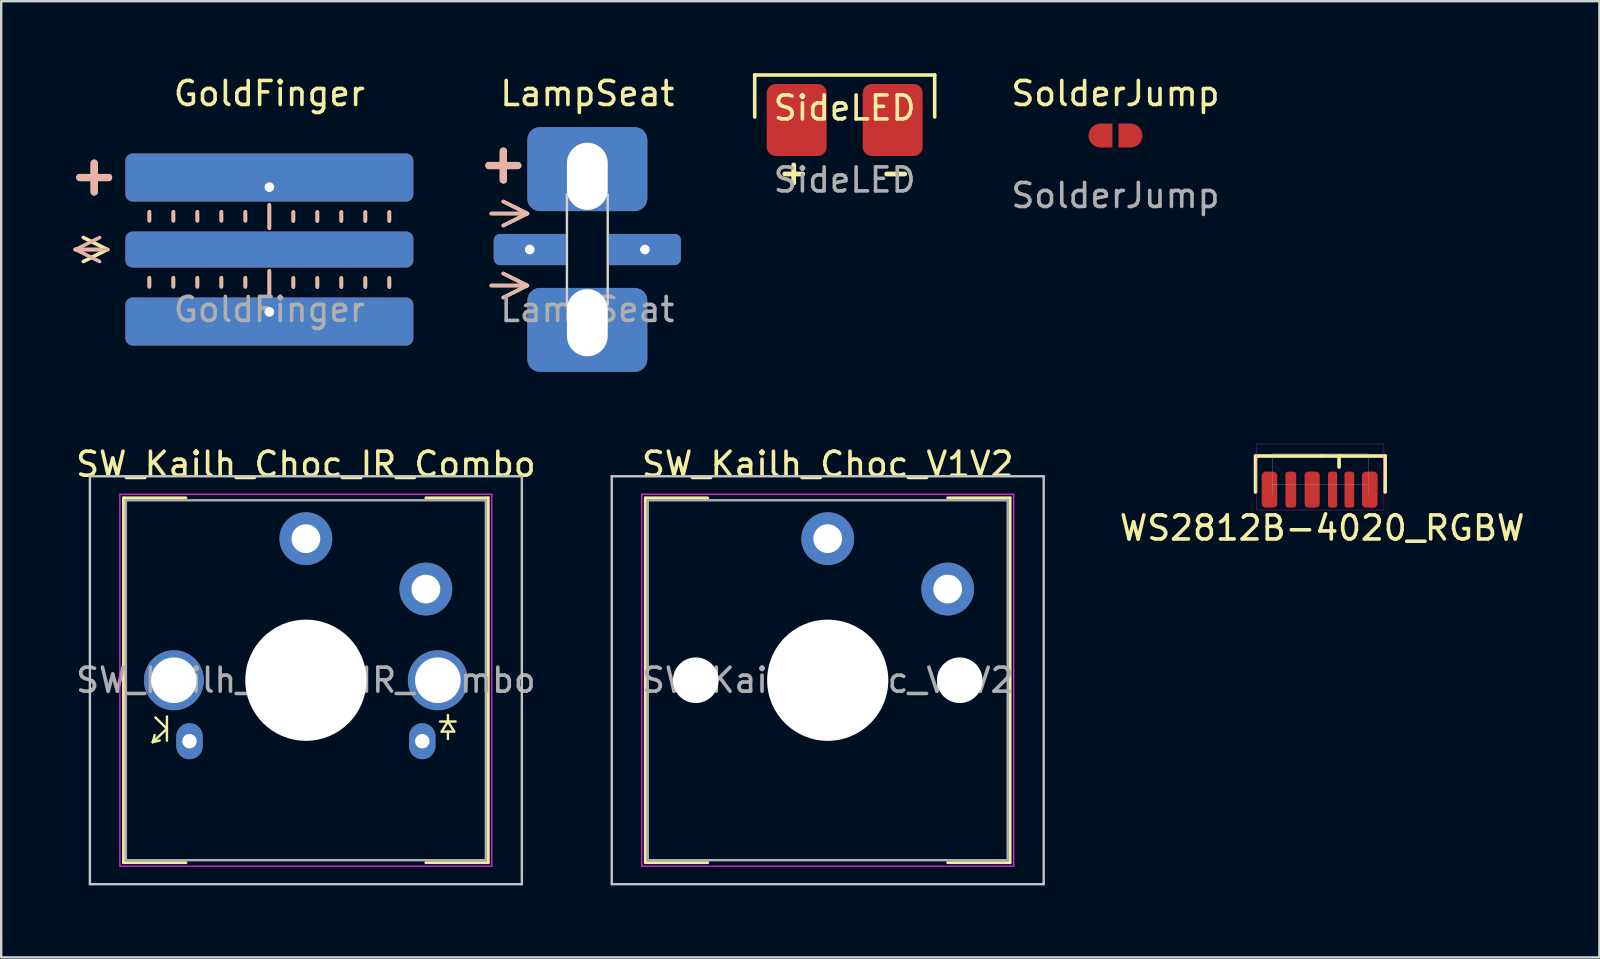
<source format=kicad_pcb>
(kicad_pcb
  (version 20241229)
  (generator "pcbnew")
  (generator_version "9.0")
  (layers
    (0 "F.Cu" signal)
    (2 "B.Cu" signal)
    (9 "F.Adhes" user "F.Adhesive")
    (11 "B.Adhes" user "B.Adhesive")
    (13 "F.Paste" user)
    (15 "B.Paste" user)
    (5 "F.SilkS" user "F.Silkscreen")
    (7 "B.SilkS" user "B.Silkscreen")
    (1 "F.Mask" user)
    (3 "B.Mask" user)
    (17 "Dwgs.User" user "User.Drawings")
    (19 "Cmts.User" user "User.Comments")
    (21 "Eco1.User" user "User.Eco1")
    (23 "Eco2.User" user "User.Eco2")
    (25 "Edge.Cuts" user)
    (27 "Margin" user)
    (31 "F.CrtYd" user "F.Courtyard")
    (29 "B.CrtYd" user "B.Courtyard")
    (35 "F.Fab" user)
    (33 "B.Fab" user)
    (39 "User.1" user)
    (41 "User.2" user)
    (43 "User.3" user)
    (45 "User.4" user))
  (footprint "SW_Kailh_Choc_IR_Combo"
    (layer "F.Cu")
    (at 9.696 25.297)
    (property "Reference" "SW_Kailh_Choc_IR_Combo" (at 0 -9 0) (layer "F.SilkS") (effects (font (size 1 1) (thickness 0.15))))
    (attr through_hole)
    (fp_line (start -7.6 -7.6) (end -7.6 7.6) (stroke (width 0.12) (type solid)) (layer "F.SilkS"))
    (fp_line (start -7.6 7.6) (end -5 7.6) (stroke (width 0.12) (type solid)) (layer "F.SilkS"))
    (fp_line (start -6.38 2.58) (end -5.79 2.02) (stroke (width 0.1) (type default)) (layer "F.SilkS"))
    (fp_line (start -6.3 2.285) (end -6.38 2.58) (stroke (width 0.1) (type default)) (layer "F.SilkS"))
    (fp_line (start -6.27 1.55) (end -5.79 2.02) (stroke (width 0.1) (type default)) (layer "F.SilkS"))
    (fp_line (start -6.09 2.51) (end -6.38 2.58) (stroke (width 0.1) (type default)) (layer "F.SilkS"))
    (fp_line (start -5.79 1.51) (end -5.79 2.52) (stroke (width 0.1) (type default)) (layer "F.SilkS"))
    (fp_line (start -5 -7.6) (end -7.6 -7.6) (stroke (width 0.12) (type solid)) (layer "F.SilkS"))
    (fp_line (start 5.59 1.72) (end 6.24 1.72) (stroke (width 0.1) (type default)) (layer "F.SilkS"))
    (fp_line (start 5.66 2.14) (end 5.92 1.72) (stroke (width 0.1) (type default)) (layer "F.SilkS"))
    (fp_line (start 5.66 2.14) (end 6.18 2.14) (stroke (width 0.1) (type default)) (layer "F.SilkS"))
    (fp_line (start 5.92 1.72) (end 6.18 2.134) (stroke (width 0.1) (type default)) (layer "F.SilkS"))
    (fp_line (start 5.92 1.73) (end 5.92 1.45) (stroke (width 0.1) (type default)) (layer "F.SilkS"))
    (fp_line (start 5.92 2.14) (end 5.92 2.45) (stroke (width 0.1) (type default)) (layer "F.SilkS"))
    (fp_line (start 7.6 -7.6) (end 5 -7.6) (stroke (width 0.12) (type solid)) (layer "F.SilkS"))
    (fp_line (start 7.6 7.6) (end 5 7.6) (stroke (width 0.12) (type solid)) (layer "F.SilkS"))
    (fp_line (start 7.6 7.6) (end 7.6 -7.6) (stroke (width 0.12) (type solid)) (layer "F.SilkS"))
    (fp_line (start -9 -8.5) (end -9 8.5) (stroke (width 0.1) (type solid)) (layer "Dwgs.User"))
    (fp_line (start -9 8.5) (end 9 8.5) (stroke (width 0.1) (type solid)) (layer "Dwgs.User"))
    (fp_line (start 9 -8.5) (end -9 -8.5) (stroke (width 0.1) (type solid)) (layer "Dwgs.User"))
    (fp_line (start 9 8.5) (end 9 -8.5) (stroke (width 0.1) (type solid)) (layer "Dwgs.User"))
    (fp_line (start -7.25 -7.25) (end -7.25 7.25) (stroke (width 0.1) (type solid)) (layer "Eco1.User"))
    (fp_line (start -7.25 7.25) (end 7.25 7.25) (stroke (width 0.1) (type solid)) (layer "Eco1.User"))
    (fp_line (start 7.25 -7.25) (end -7.25 -7.25) (stroke (width 0.1) (type solid)) (layer "Eco1.User"))
    (fp_line (start 7.25 7.25) (end 7.25 -7.25) (stroke (width 0.1) (type solid)) (layer "Eco1.User"))
    (fp_line (start -7.75 -7.75) (end -7.75 7.75) (stroke (width 0.05) (type solid)) (layer "F.CrtYd"))
    (fp_line (start -7.75 7.75) (end 7.75 7.75) (stroke (width 0.05) (type solid)) (layer "F.CrtYd"))
    (fp_line (start 7.75 -7.75) (end -7.75 -7.75) (stroke (width 0.05) (type solid)) (layer "F.CrtYd"))
    (fp_line (start 7.75 7.75) (end 7.75 -7.75) (stroke (width 0.05) (type solid)) (layer "F.CrtYd"))
    (fp_line (start -7.5 -7.5) (end -7.5 7.5) (stroke (width 0.1) (type solid)) (layer "F.Fab"))
    (fp_line (start -7.5 7.5) (end 7.5 7.5) (stroke (width 0.1) (type solid)) (layer "F.Fab"))
    (fp_line (start 7.5 -7.5) (end -7.5 -7.5) (stroke (width 0.1) (type solid)) (layer "F.Fab"))
    (fp_line (start 7.5 7.5) (end 7.5 -7.5) (stroke (width 0.1) (type solid)) (layer "F.Fab"))
    (fp_text user "${REFERENCE}" (at 0 0 0) (layer "F.Fab") (effects (font (size 1 1) (thickness 0.15))))
    (pad "" smd circle (at 0 -5.9) (size 1.25 1.25) (layers "F.Mask"))
    (pad "" np_thru_hole circle (at 0 0) (size 5.05 5.05) (drill 5.05) (layers "*.Cu" "*.Mask"))
    (pad "" smd circle (at 5 -3.8) (size 1.25 1.25) (layers "F.Mask"))
    (pad "1" thru_hole circle (at 0 -5.9) (size 2.2 2.2) (drill 1.2) (layers "*.Cu" "B.Mask"))
    (pad "2" thru_hole circle (at 5 -3.8) (size 2.2 2.2) (drill 1.2) (layers "*.Cu" "B.Mask"))
    (pad "3" thru_hole circle (at 5.5 0) (size 2.5 2.5) (drill 1.9) (layers "*.Cu" "*.Mask"))
    (pad "4" thru_hole oval (at 4.85 2.54 90) (size 1.5 1.1) (drill 0.6) (layers "*.Cu" "*.Mask"))
    (pad "5" thru_hole oval (at -4.85 2.54 90) (size 1.5 1.1) (drill 0.6) (layers "*.Cu" "*.Mask"))
    (pad "6" thru_hole circle (at -5.5 0) (size 2.5 2.5) (drill 1.9) (layers "*.Cu" "*.Mask")))
  (footprint "SW_Kailh_Choc_V1V2"
    (layer "F.Cu")
    (at 31.443 25.297)
    (property "Reference" "SW_Kailh_Choc_V1V2" (at 0 -9 0) (layer "F.SilkS") (effects (font (size 1 1) (thickness 0.15))))
    (attr through_hole)
    (fp_line (start -7.6 -7.6) (end -7.6 7.6) (stroke (width 0.12) (type solid)) (layer "F.SilkS"))
    (fp_line (start -7.6 7.6) (end -5 7.6) (stroke (width 0.12) (type solid)) (layer "F.SilkS"))
    (fp_line (start -5 -7.6) (end -7.6 -7.6) (stroke (width 0.12) (type solid)) (layer "F.SilkS"))
    (fp_line (start 7.6 -7.6) (end 5 -7.6) (stroke (width 0.12) (type solid)) (layer "F.SilkS"))
    (fp_line (start 7.6 7.6) (end 5 7.6) (stroke (width 0.12) (type solid)) (layer "F.SilkS"))
    (fp_line (start 7.6 7.6) (end 7.6 -7.6) (stroke (width 0.12) (type solid)) (layer "F.SilkS"))
    (fp_line (start -9 -8.5) (end -9 8.5) (stroke (width 0.1) (type solid)) (layer "Dwgs.User"))
    (fp_line (start -9 8.5) (end 9 8.5) (stroke (width 0.1) (type solid)) (layer "Dwgs.User"))
    (fp_line (start 9 -8.5) (end -9 -8.5) (stroke (width 0.1) (type solid)) (layer "Dwgs.User"))
    (fp_line (start 9 8.5) (end 9 -8.5) (stroke (width 0.1) (type solid)) (layer "Dwgs.User"))
    (fp_line (start -7.25 -7.25) (end -7.25 7.25) (stroke (width 0.1) (type solid)) (layer "Eco1.User"))
    (fp_line (start -7.25 7.25) (end 7.25 7.25) (stroke (width 0.1) (type solid)) (layer "Eco1.User"))
    (fp_line (start 7.25 -7.25) (end -7.25 -7.25) (stroke (width 0.1) (type solid)) (layer "Eco1.User"))
    (fp_line (start 7.25 7.25) (end 7.25 -7.25) (stroke (width 0.1) (type solid)) (layer "Eco1.User"))
    (fp_line (start -7.75 -7.75) (end -7.75 7.75) (stroke (width 0.05) (type solid)) (layer "F.CrtYd"))
    (fp_line (start -7.75 7.75) (end 7.75 7.75) (stroke (width 0.05) (type solid)) (layer "F.CrtYd"))
    (fp_line (start 7.75 -7.75) (end -7.75 -7.75) (stroke (width 0.05) (type solid)) (layer "F.CrtYd"))
    (fp_line (start 7.75 7.75) (end 7.75 -7.75) (stroke (width 0.05) (type solid)) (layer "F.CrtYd"))
    (fp_line (start -7.5 -7.5) (end -7.5 7.5) (stroke (width 0.1) (type solid)) (layer "F.Fab"))
    (fp_line (start -7.5 7.5) (end 7.5 7.5) (stroke (width 0.1) (type solid)) (layer "F.Fab"))
    (fp_line (start 7.5 -7.5) (end -7.5 -7.5) (stroke (width 0.1) (type solid)) (layer "F.Fab"))
    (fp_line (start 7.5 7.5) (end 7.5 -7.5) (stroke (width 0.1) (type solid)) (layer "F.Fab"))
    (fp_text user "${REFERENCE}" (at 0 0 0) (layer "F.Fab") (effects (font (size 1 1) (thickness 0.15))))
    (pad "" np_thru_hole circle (at -5.5 0) (size 1.9 1.9) (drill 1.9) (layers "*.Cu" "*.Mask"))
    (pad "" smd circle (at 0 -5.9) (size 1.25 1.25) (layers "F.Mask"))
    (pad "" np_thru_hole circle (at 0 0) (size 5.05 5.05) (drill 5.05) (layers "*.Cu" "*.Mask"))
    (pad "" smd circle (at 5 -3.8) (size 1.25 1.25) (layers "F.Mask"))
    (pad "" np_thru_hole circle (at 5.5 0) (size 1.9 1.9) (drill 1.9) (layers "*.Cu" "*.Mask"))
    (pad "1" thru_hole circle (at 0 -5.9) (size 2.2 2.2) (drill 1.2) (layers "*.Cu" "B.Mask"))
    (pad "2" thru_hole circle (at 5 -3.8) (size 2.2 2.2) (drill 1.2) (layers "*.Cu" "B.Mask")))
  (footprint "LampSeat"
    (layer "F.Cu")
    (at 21.425 7.348)
    (property "Reference" "LampSeat" (at 0 -6.5 0) (unlocked yes) (layer "F.SilkS") (effects (font (size 1 1) (thickness 0.15))))
    (attr smd)
    (fp_line (start -4.1 -3.5) (end -2.9 -3.5) (stroke (width 0.3) (type solid)) (layer "F.SilkS"))
    (fp_line (start -4 -1.5) (end -2.5 -1.5) (stroke (width 0.15) (type default)) (layer "F.SilkS"))
    (fp_line (start -3.5 -4.1) (end -3.5 -2.9) (stroke (width 0.3) (type solid)) (layer "F.SilkS"))
    (fp_line (start -3.5 -2) (end -2.5 -1.5) (stroke (width 0.15) (type default)) (layer "F.SilkS"))
    (fp_line (start -3.5 1) (end -2.5 1.5) (stroke (width 0.15) (type default)) (layer "F.SilkS"))
    (fp_line (start -2.5 -1.5) (end -3.5 -1) (stroke (width 0.15) (type default)) (layer "F.SilkS"))
    (fp_line (start -2.5 1.5) (end -4 1.5) (stroke (width 0.15) (type default)) (layer "F.SilkS"))
    (fp_line (start -2.5 1.5) (end -3.5 2) (stroke (width 0.15) (type default)) (layer "F.SilkS"))
    (fp_line (start -4.1 -3.5) (end -2.9 -3.5) (stroke (width 0.3) (type solid)) (layer "B.SilkS"))
    (fp_line (start -4 -1.5) (end -2.5 -1.5) (stroke (width 0.15) (type default)) (layer "B.SilkS"))
    (fp_line (start -3.5 -4.1) (end -3.5 -2.9) (stroke (width 0.3) (type solid)) (layer "B.SilkS"))
    (fp_line (start -3.5 -2) (end -2.5 -1.5) (stroke (width 0.15) (type default)) (layer "B.SilkS"))
    (fp_line (start -3.5 1) (end -2.5 1.5) (stroke (width 0.15) (type default)) (layer "B.SilkS"))
    (fp_line (start -2.5 -1.5) (end -3.5 -1) (stroke (width 0.15) (type default)) (layer "B.SilkS"))
    (fp_line (start -2.5 1.5) (end -4 1.5) (stroke (width 0.15) (type default)) (layer "B.SilkS"))
    (fp_line (start -2.5 1.5) (end -3.5 2) (stroke (width 0.15) (type default)) (layer "B.SilkS"))
    (fp_rect (start -0.85 -2.3) (end 0.85 2.3) (stroke (width 0.1) (type solid)) (fill no) (layer "Edge.Cuts"))
    (fp_text user "${REFERENCE}" (at 0 2.5 0) (unlocked yes) (layer "F.Fab") (effects (font (size 1 1) (thickness 0.15))))
    (pad "G" thru_hole roundrect (at 0 3.05) (size 5 3.5) (drill oval 1.7 2.8 (offset 0 0.3)) (layers "*.Cu" "*.Mask") (roundrect_rratio 0.15))
    (pad "I" thru_hole roundrect (at -2.4 0) (size 3 1.3) (drill 0.4) (layers "*.Cu" "*.Mask") (roundrect_rratio 0.2) (chamfer_ratio 0) (chamfer top_right bottom_right))
    (pad "O" thru_hole roundrect (at 2.4 0) (size 3 1.3) (drill 0.4) (layers "*.Cu" "*.Mask") (roundrect_rratio 0.2) (chamfer_ratio 0) (chamfer top_left bottom_left))
    (pad "V" thru_hole roundrect (at 0 -3.05) (size 5 3.5) (drill oval 1.7 2.8 (offset 0 -0.3)) (layers "*.Cu" "*.Mask") (roundrect_rratio 0.15)))
  (footprint "SolderJump"
    (layer "F.Cu")
    (at 43.433 2.598)
    (property "Reference" "SolderJump" (at 0 -1.75 0) (unlocked yes) (layer "F.SilkS") (effects (font (size 1 1) (thickness 0.15))))
    (attr smd)
    (fp_text user "${REFERENCE}" (at 0 2.5 0) (unlocked yes) (layer "F.Fab") (effects (font (size 1 1) (thickness 0.15))))
    (pad "1" smd roundrect (at -0.625 0) (size 1 1) (layers "F.Cu" "F.Mask" "F.Paste") (roundrect_rratio 0.5) (chamfer_ratio 0) (chamfer top_right bottom_right))
    (pad "2" smd roundrect (at 0.625 0 180) (size 1 1) (layers "F.Cu" "F.Mask" "F.Paste") (roundrect_rratio 0.5) (chamfer_ratio 0) (chamfer top_right bottom_right)))
  (footprint "GoldFinger"
    (layer "F.Cu")
    (at 8.175 7.348)
    (property "Reference" "GoldFinger" (at 0 -6.5 0) (unlocked yes) (layer "F.SilkS") (effects (font (size 1 1) (thickness 0.15))))
    (attr smd)
    (fp_line (start -8.1 0) (end -6.8 0) (stroke (width 0.15) (type default)) (layer "F.SilkS"))
    (fp_line (start -7.9 -3) (end -6.7 -3) (stroke (width 0.3) (type solid)) (layer "F.SilkS"))
    (fp_line (start -7.75 0.5) (end -6.75 0) (stroke (width 0.15) (type default)) (layer "F.SilkS"))
    (fp_line (start -7.3 -3.6) (end -7.3 -2.4) (stroke (width 0.3) (type solid)) (layer "F.SilkS"))
    (fp_line (start -6.75 0) (end -7.75 -0.5) (stroke (width 0.15) (type default)) (layer "F.SilkS"))
    (fp_line (start -5 -1.57) (end -5 -1.2) (stroke (width 0.15) (type default)) (layer "F.SilkS"))
    (fp_line (start -5 1.18) (end -5 1.55) (stroke (width 0.15) (type default)) (layer "F.SilkS"))
    (fp_line (start -4 -1.57) (end -4 -1.2) (stroke (width 0.15) (type default)) (layer "F.SilkS"))
    (fp_line (start -4 1.18) (end -4 1.55) (stroke (width 0.15) (type default)) (layer "F.SilkS"))
    (fp_line (start -3 -1.57) (end -3 -1.2) (stroke (width 0.15) (type default)) (layer "F.SilkS"))
    (fp_line (start -3 1.18) (end -3 1.55) (stroke (width 0.15) (type default)) (layer "F.SilkS"))
    (fp_line (start -2 -1.57) (end -2 -1.2) (stroke (width 0.15) (type default)) (layer "F.SilkS"))
    (fp_line (start -2 1.18) (end -2 1.55) (stroke (width 0.15) (type default)) (layer "F.SilkS"))
    (fp_line (start -1 -1.57) (end -1 -1.2) (stroke (width 0.15) (type default)) (layer "F.SilkS"))
    (fp_line (start -1 1.18) (end -1 1.55) (stroke (width 0.15) (type default)) (layer "F.SilkS"))
    (fp_line (start 0 -1.86) (end 0 -0.89) (stroke (width 0.15) (type default)) (layer "F.SilkS"))
    (fp_line (start 0 0.89) (end 0 1.86) (stroke (width 0.15) (type default)) (layer "F.SilkS"))
    (fp_line (start 1 -1.56) (end 1 -1.19) (stroke (width 0.15) (type default)) (layer "F.SilkS"))
    (fp_line (start 1 1.19) (end 1 1.56) (stroke (width 0.15) (type default)) (layer "F.SilkS"))
    (fp_line (start 2 -1.56) (end 2 -1.19) (stroke (width 0.15) (type default)) (layer "F.SilkS"))
    (fp_line (start 2 1.19) (end 2 1.56) (stroke (width 0.15) (type default)) (layer "F.SilkS"))
    (fp_line (start 3 -1.56) (end 3 -1.19) (stroke (width 0.15) (type default)) (layer "F.SilkS"))
    (fp_line (start 3 1.19) (end 3 1.56) (stroke (width 0.15) (type default)) (layer "F.SilkS"))
    (fp_line (start 4 -1.56) (end 4 -1.19) (stroke (width 0.15) (type default)) (layer "F.SilkS"))
    (fp_line (start 4 1.19) (end 4 1.56) (stroke (width 0.15) (type default)) (layer "F.SilkS"))
    (fp_line (start 5 -1.56) (end 5 -1.19) (stroke (width 0.15) (type default)) (layer "F.SilkS"))
    (fp_line (start 5 1.19) (end 5 1.56) (stroke (width 0.15) (type default)) (layer "F.SilkS"))
    (fp_line (start -8.075 0) (end -7.075 0.5) (stroke (width 0.15) (type default)) (layer "B.SilkS"))
    (fp_line (start -8.075 0) (end -6.725 0) (stroke (width 0.15) (type default)) (layer "B.SilkS"))
    (fp_line (start -7.9 -3) (end -6.7 -3) (stroke (width 0.3) (type solid)) (layer "B.SilkS"))
    (fp_line (start -7.3 -3.6) (end -7.3 -2.4) (stroke (width 0.3) (type solid)) (layer "B.SilkS"))
    (fp_line (start -7.075 -0.5) (end -8.075 0) (stroke (width 0.15) (type default)) (layer "B.SilkS"))
    (fp_line (start -5 -1.57) (end -5 -1.2) (stroke (width 0.15) (type default)) (layer "B.SilkS"))
    (fp_line (start -5 1.18) (end -5 1.55) (stroke (width 0.15) (type default)) (layer "B.SilkS"))
    (fp_line (start -4 -1.57) (end -4 -1.2) (stroke (width 0.15) (type default)) (layer "B.SilkS"))
    (fp_line (start -4 1.18) (end -4 1.55) (stroke (width 0.15) (type default)) (layer "B.SilkS"))
    (fp_line (start -3 -1.57) (end -3 -1.2) (stroke (width 0.15) (type default)) (layer "B.SilkS"))
    (fp_line (start -3 1.18) (end -3 1.55) (stroke (width 0.15) (type default)) (layer "B.SilkS"))
    (fp_line (start -2 -1.57) (end -2 -1.2) (stroke (width 0.15) (type default)) (layer "B.SilkS"))
    (fp_line (start -2 1.18) (end -2 1.55) (stroke (width 0.15) (type default)) (layer "B.SilkS"))
    (fp_line (start -1 -1.57) (end -1 -1.2) (stroke (width 0.15) (type default)) (layer "B.SilkS"))
    (fp_line (start -1 1.18) (end -1 1.55) (stroke (width 0.15) (type default)) (layer "B.SilkS"))
    (fp_line (start 0 -1.86) (end 0 -0.89) (stroke (width 0.15) (type default)) (layer "B.SilkS"))
    (fp_line (start 0 0.89) (end 0 1.86) (stroke (width 0.15) (type default)) (layer "B.SilkS"))
    (fp_line (start 1 -1.56) (end 1 -1.19) (stroke (width 0.15) (type default)) (layer "B.SilkS"))
    (fp_line (start 1 1.19) (end 1 1.56) (stroke (width 0.15) (type default)) (layer "B.SilkS"))
    (fp_line (start 2 -1.56) (end 2 -1.19) (stroke (width 0.15) (type default)) (layer "B.SilkS"))
    (fp_line (start 2 1.19) (end 2 1.56) (stroke (width 0.15) (type default)) (layer "B.SilkS"))
    (fp_line (start 3 -1.56) (end 3 -1.19) (stroke (width 0.15) (type default)) (layer "B.SilkS"))
    (fp_line (start 3 1.19) (end 3 1.56) (stroke (width 0.15) (type default)) (layer "B.SilkS"))
    (fp_line (start 4 -1.56) (end 4 -1.19) (stroke (width 0.15) (type default)) (layer "B.SilkS"))
    (fp_line (start 4 1.19) (end 4 1.56) (stroke (width 0.15) (type default)) (layer "B.SilkS"))
    (fp_line (start 5 -1.56) (end 5 -1.19) (stroke (width 0.15) (type default)) (layer "B.SilkS"))
    (fp_line (start 5 1.19) (end 5 1.56) (stroke (width 0.15) (type default)) (layer "B.SilkS"))
    (fp_text user "${REFERENCE}" (at 0 2.5 0) (unlocked yes) (layer "F.Fab") (effects (font (size 1 1) (thickness 0.15))))
    (pad "G" thru_hole roundrect (at 0 2.6) (size 12 2) (drill 0.4 (offset 0 0.4)) (layers "*.Cu" "*.Paste" "*.Mask") (roundrect_rratio 0.15))
    (pad "I" smd roundrect (at 0 0) (size 12 1.5) (layers "B.Cu" "B.Mask" "B.Paste") (roundrect_rratio 0.2))
    (pad "O" smd roundrect (at 0 0) (size 12 1.5) (layers "F.Cu" "F.Mask" "F.Paste") (roundrect_rratio 0.2))
    (pad "V" thru_hole roundrect (at 0 -2.6) (size 12 2) (drill 0.4 (offset 0 -0.4)) (layers "*.Cu" "*.Paste" "*.Mask") (roundrect_rratio 0.15)))
  (footprint "WS2812B-4020_RGBW"
    (layer "F.Cu")
    (at 51.971 16.703)
    (property "Reference" "WS2812B-4020_RGBW" (at 0.075 2.25 0) (unlocked yes) (layer "F.SilkS") (effects (font (size 1 1) (thickness 0.15))))
    (attr smd)
    (fp_line (start -2.7 -0.75) (end 0.085 -0.75) (stroke (width 0.15) (type solid)) (layer "F.SilkS"))
    (fp_line (start -2.7 0.75) (end -2.7 -0.75) (stroke (width 0.15) (type solid)) (layer "F.SilkS"))
    (fp_line (start 0.78 -0.75) (end 0.78 -0.29) (stroke (width 0.15) (type solid)) (layer "F.SilkS"))
    (fp_line (start 2.7 -0.75) (end 0.085 -0.75) (stroke (width 0.15) (type solid)) (layer "F.SilkS"))
    (fp_line (start 2.7 -0.75) (end 2.7 0.75) (stroke (width 0.15) (type solid)) (layer "F.SilkS"))
    (fp_line (start -2.65 -1.25) (end -2.65 1.5) (stroke (width 0.01) (type solid)) (layer "F.CrtYd"))
    (fp_line (start -2.65 1.5) (end 2.65 1.5) (stroke (width 0.01) (type solid)) (layer "F.CrtYd"))
    (fp_line (start 2.65 -1.25) (end -2.65 -1.25) (stroke (width 0.01) (type solid)) (layer "F.CrtYd"))
    (fp_line (start 2.65 1.5) (end 2.65 -1.25) (stroke (width 0.01) (type solid)) (layer "F.CrtYd"))
    (fp_line (start -2 -0.85) (end -2 0.85) (stroke (width 0.01) (type solid)) (layer "F.Fab"))
    (fp_line (start 1.95 0.45) (end -2.05 0.45) (stroke (width 0.01) (type solid)) (layer "F.Fab"))
    (fp_line (start 2 -0.85) (end -2 -0.85) (stroke (width 0.01) (type solid)) (layer "F.Fab"))
    (fp_line (start 2 0.85) (end 2 -0.85) (stroke (width 0.01) (type solid)) (layer "F.Fab"))
    (pad "G" smd roundrect (at -0.34 0.65 180) (size 0.63 1.5) (layers "F.Cu" "F.Mask" "F.Paste") (roundrect_rratio 0.25))
    (pad "I" smd roundrect (at -2.12 0.65 180) (size 0.65 1.5) (layers "F.Cu" "F.Mask" "F.Paste") (roundrect_rratio 0.25))
    (pad "NC" smd roundrect (at 1.21 0.65 180) (size 0.41 1.5) (layers "F.Cu" "F.Mask" "F.Paste") (roundrect_rratio 0.25))
    (pad "O" smd roundrect (at 0.51 0.65 180) (size 0.38 1.5) (layers "F.Cu" "F.Mask" "F.Paste") (roundrect_rratio 0.25))
    (pad "V" smd roundrect (at -1.23 0.65 180) (size 0.45 1.5) (layers "F.Cu" "F.Mask" "F.Paste") (roundrect_rratio 0.25))
    (pad "V" smd roundrect (at 2.06 0.65 180) (size 0.65 1.5) (layers "F.Cu" "F.Mask" "F.Paste") (roundrect_rratio 0.25)))
  (footprint "SideLED"
    (layer "F.Cu")
    (at 32.15 1.95)
    (property "Reference" "SideLED" (at 0 -0.5 0) (unlocked yes) (layer "F.SilkS") (effects (font (size 1 1) (thickness 0.15))))
    (attr smd)
    (fp_line (start -3.75 -1.875) (end 3.75 -1.875) (stroke (width 0.15) (type default)) (layer "F.SilkS"))
    (fp_line (start -3.75 -0.125) (end -3.75 -1.875) (stroke (width 0.15) (type default)) (layer "F.SilkS"))
    (fp_line (start -2.5 2.25) (end -1.75 2.25) (stroke (width 0.2) (type default)) (layer "F.SilkS"))
    (fp_line (start -2.125 1.875) (end -2.125 2.625) (stroke (width 0.2) (type default)) (layer "F.SilkS"))
    (fp_line (start 1.75 2.25) (end 2.5 2.25) (stroke (width 0.2) (type default)) (layer "F.SilkS"))
    (fp_line (start 3.75 -0.125) (end 3.75 -1.875) (stroke (width 0.15) (type default)) (layer "F.SilkS"))
    (fp_text user "${REFERENCE}" (at 0 2.5 0) (unlocked yes) (layer "F.Fab") (effects (font (size 1 1) (thickness 0.15))))
    (pad "1" smd roundrect (at -2 0) (size 2.5 3) (layers "F.Cu" "F.Mask" "F.Paste") (roundrect_rratio 0.15))
    (pad "2" smd roundrect (at 2 0) (size 2.5 3) (layers "F.Cu" "F.Mask" "F.Paste") (roundrect_rratio 0.15)))
  (gr_rect
    (start -3 -3)
    (end 63.6 36.846)
    (stroke (width 0.1) (type default))
    (fill no)
    (layer "Edge.Cuts")))
</source>
